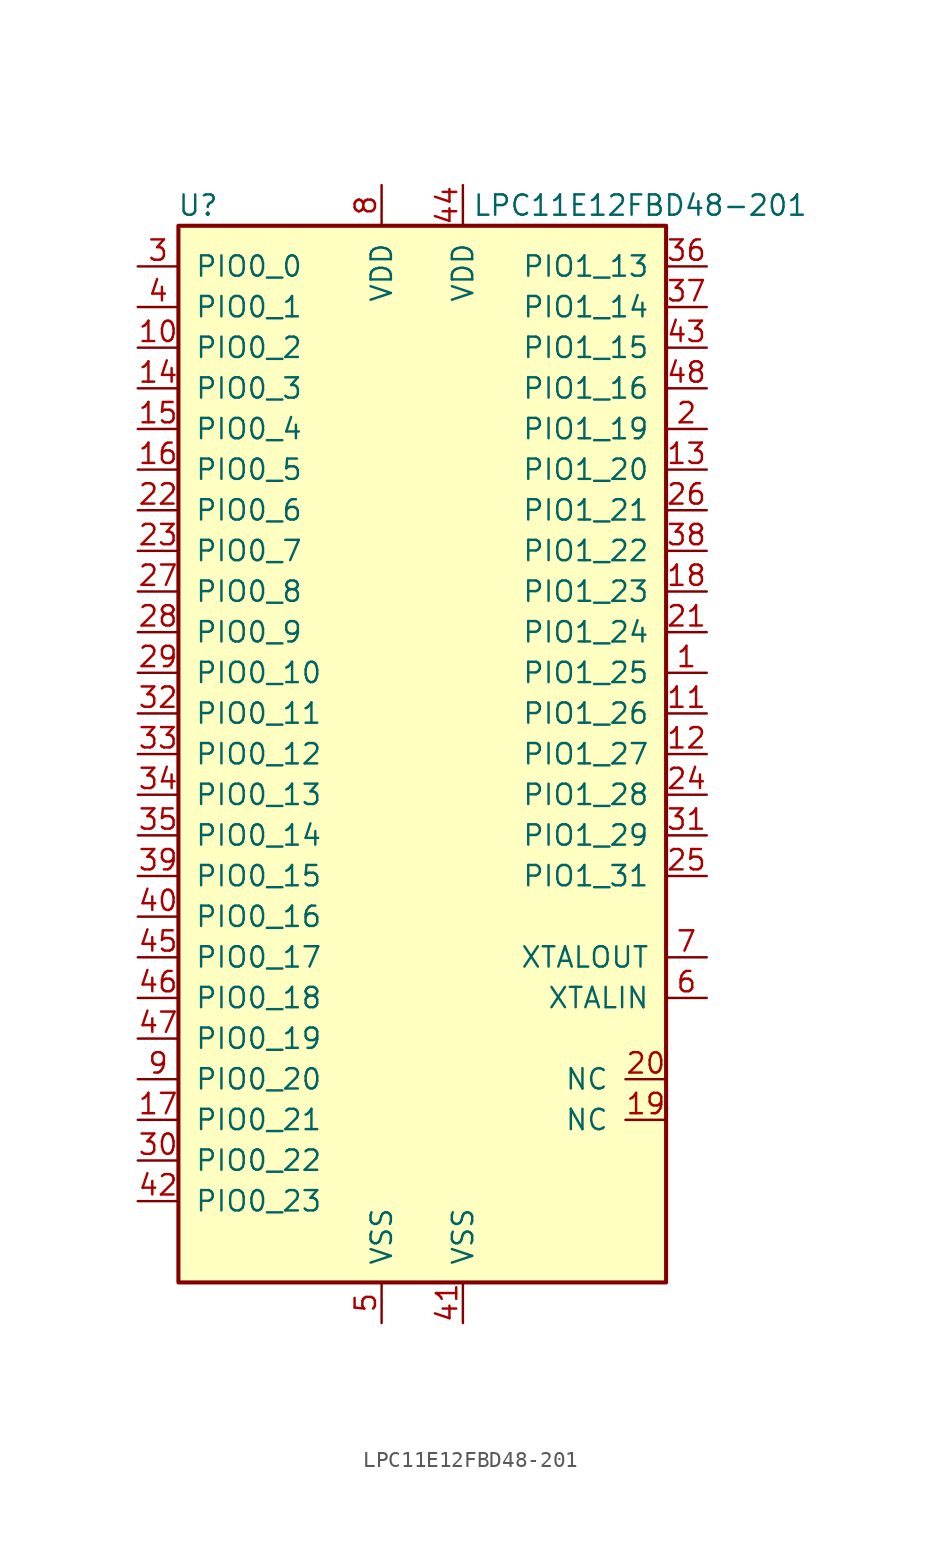
<source format=kicad_sym>
(kicad_symbol_lib
  (version 20220914)
  (generator kicad_symbol_editor)
  (symbol "LPC11E12FBD48-201"
    (pin_names
      (offset 1.016))
    (property "Reference" "U"
      (at -12.7 34.29 0)
      (effects (font (size 1.27 1.27)) (justify right)))
    (property "Value" "LPC11E12FBD48-201"
      (at 24.13 34.29 0)
      (effects (font (size 1.27 1.27)) (justify right)))
    (symbol "LPC11E12FBD48-201_0_1"
      (rectangle (start -15.24 33.02) (end 15.24 -33.02) (stroke (width 0.254) (type default)) (fill (type background))))
    (symbol "LPC11E12FBD48-201_1_1"
      (pin bidirectional line (at 17.78 5.08 180) (length 2.54) (name "PIO1_25" (effects (font (size 1.27 1.27)))) (number "1" (effects (font (size 1.27 1.27)))))
      (pin bidirectional line (at -17.78 25.4 0) (length 2.54) (name "PIO0_2" (effects (font (size 1.27 1.27)))) (number "10" (effects (font (size 1.27 1.27)))))
      (pin bidirectional line (at 17.78 2.54 180) (length 2.54) (name "PIO1_26" (effects (font (size 1.27 1.27)))) (number "11" (effects (font (size 1.27 1.27)))))
      (pin bidirectional line (at 17.78 0 180) (length 2.54) (name "PIO1_27" (effects (font (size 1.27 1.27)))) (number "12" (effects (font (size 1.27 1.27)))))
      (pin bidirectional line (at 17.78 17.78 180) (length 2.54) (name "PIO1_20" (effects (font (size 1.27 1.27)))) (number "13" (effects (font (size 1.27 1.27)))))
      (pin bidirectional line (at -17.78 22.86 0) (length 2.54) (name "PIO0_3" (effects (font (size 1.27 1.27)))) (number "14" (effects (font (size 1.27 1.27)))))
      (pin open_collector line (at -17.78 20.32 0) (length 2.54) (name "PIO0_4" (effects (font (size 1.27 1.27)))) (number "15" (effects (font (size 1.27 1.27)))))
      (pin open_collector line (at -17.78 17.78 0) (length 2.54) (name "PIO0_5" (effects (font (size 1.27 1.27)))) (number "16" (effects (font (size 1.27 1.27)))))
      (pin bidirectional line (at -17.78 -22.86 0) (length 2.54) (name "PIO0_21" (effects (font (size 1.27 1.27)))) (number "17" (effects (font (size 1.27 1.27)))))
      (pin bidirectional line (at 17.78 10.16 180) (length 2.54) (name "PIO1_23" (effects (font (size 1.27 1.27)))) (number "18" (effects (font (size 1.27 1.27)))))
      (pin bidirectional line (at 15.24 -22.86 180) (length 2.54) (name "NC" (effects (font (size 1.27 1.27)))) (number "19" (effects (font (size 1.27 1.27)))))
      (pin bidirectional line (at 17.78 20.32 180) (length 2.54) (name "PIO1_19" (effects (font (size 1.27 1.27)))) (number "2" (effects (font (size 1.27 1.27)))))
      (pin bidirectional line (at 15.24 -20.32 180) (length 2.54) (name "NC" (effects (font (size 1.27 1.27)))) (number "20" (effects (font (size 1.27 1.27)))))
      (pin bidirectional line (at 17.78 7.62 180) (length 2.54) (name "PIO1_24" (effects (font (size 1.27 1.27)))) (number "21" (effects (font (size 1.27 1.27)))))
      (pin bidirectional line (at -17.78 15.24 0) (length 2.54) (name "PIO0_6" (effects (font (size 1.27 1.27)))) (number "22" (effects (font (size 1.27 1.27)))))
      (pin bidirectional line (at -17.78 12.7 0) (length 2.54) (name "PIO0_7" (effects (font (size 1.27 1.27)))) (number "23" (effects (font (size 1.27 1.27)))))
      (pin bidirectional line (at 17.78 -2.54 180) (length 2.54) (name "PIO1_28" (effects (font (size 1.27 1.27)))) (number "24" (effects (font (size 1.27 1.27)))))
      (pin bidirectional line (at 17.78 -7.62 180) (length 2.54) (name "PIO1_31" (effects (font (size 1.27 1.27)))) (number "25" (effects (font (size 1.27 1.27)))))
      (pin bidirectional line (at 17.78 15.24 180) (length 2.54) (name "PIO1_21" (effects (font (size 1.27 1.27)))) (number "26" (effects (font (size 1.27 1.27)))))
      (pin bidirectional line (at -17.78 10.16 0) (length 2.54) (name "PIO0_8" (effects (font (size 1.27 1.27)))) (number "27" (effects (font (size 1.27 1.27)))))
      (pin bidirectional line (at -17.78 7.62 0) (length 2.54) (name "PIO0_9" (effects (font (size 1.27 1.27)))) (number "28" (effects (font (size 1.27 1.27)))))
      (pin bidirectional line (at -17.78 5.08 0) (length 2.54) (name "PIO0_10" (effects (font (size 1.27 1.27)))) (number "29" (effects (font (size 1.27 1.27)))))
      (pin bidirectional line (at -17.78 30.48 0) (length 2.54) (name "PIO0_0" (effects (font (size 1.27 1.27)))) (number "3" (effects (font (size 1.27 1.27)))))
      (pin bidirectional line (at -17.78 -25.4 0) (length 2.54) (name "PIO0_22" (effects (font (size 1.27 1.27)))) (number "30" (effects (font (size 1.27 1.27)))))
      (pin bidirectional line (at 17.78 -5.08 180) (length 2.54) (name "PIO1_29" (effects (font (size 1.27 1.27)))) (number "31" (effects (font (size 1.27 1.27)))))
      (pin bidirectional line (at -17.78 2.54 0) (length 2.54) (name "PIO0_11" (effects (font (size 1.27 1.27)))) (number "32" (effects (font (size 1.27 1.27)))))
      (pin bidirectional line (at -17.78 0 0) (length 2.54) (name "PIO0_12" (effects (font (size 1.27 1.27)))) (number "33" (effects (font (size 1.27 1.27)))))
      (pin bidirectional line (at -17.78 -2.54 0) (length 2.54) (name "PIO0_13" (effects (font (size 1.27 1.27)))) (number "34" (effects (font (size 1.27 1.27)))))
      (pin bidirectional line (at -17.78 -5.08 0) (length 2.54) (name "PIO0_14" (effects (font (size 1.27 1.27)))) (number "35" (effects (font (size 1.27 1.27)))))
      (pin bidirectional line (at 17.78 30.48 180) (length 2.54) (name "PIO1_13" (effects (font (size 1.27 1.27)))) (number "36" (effects (font (size 1.27 1.27)))))
      (pin bidirectional line (at 17.78 27.94 180) (length 2.54) (name "PIO1_14" (effects (font (size 1.27 1.27)))) (number "37" (effects (font (size 1.27 1.27)))))
      (pin bidirectional line (at 17.78 12.7 180) (length 2.54) (name "PIO1_22" (effects (font (size 1.27 1.27)))) (number "38" (effects (font (size 1.27 1.27)))))
      (pin bidirectional line (at -17.78 -7.62 0) (length 2.54) (name "PIO0_15" (effects (font (size 1.27 1.27)))) (number "39" (effects (font (size 1.27 1.27)))))
      (pin bidirectional line (at -17.78 27.94 0) (length 2.54) (name "PIO0_1" (effects (font (size 1.27 1.27)))) (number "4" (effects (font (size 1.27 1.27)))))
      (pin bidirectional line (at -17.78 -10.16 0) (length 2.54) (name "PIO0_16" (effects (font (size 1.27 1.27)))) (number "40" (effects (font (size 1.27 1.27)))))
      (pin power_in line (at 2.54 -35.56 90) (length 2.54) (name "VSS" (effects (font (size 1.27 1.27)))) (number "41" (effects (font (size 1.27 1.27)))))
      (pin bidirectional line (at -17.78 -27.94 0) (length 2.54) (name "PIO0_23" (effects (font (size 1.27 1.27)))) (number "42" (effects (font (size 1.27 1.27)))))
      (pin bidirectional line (at 17.78 25.4 180) (length 2.54) (name "PIO1_15" (effects (font (size 1.27 1.27)))) (number "43" (effects (font (size 1.27 1.27)))))
      (pin power_in line (at 2.54 35.56 270) (length 2.54) (name "VDD" (effects (font (size 1.27 1.27)))) (number "44" (effects (font (size 1.27 1.27)))))
      (pin bidirectional line (at -17.78 -12.7 0) (length 2.54) (name "PIO0_17" (effects (font (size 1.27 1.27)))) (number "45" (effects (font (size 1.27 1.27)))))
      (pin bidirectional line (at -17.78 -15.24 0) (length 2.54) (name "PIO0_18" (effects (font (size 1.27 1.27)))) (number "46" (effects (font (size 1.27 1.27)))))
      (pin bidirectional line (at -17.78 -17.78 0) (length 2.54) (name "PIO0_19" (effects (font (size 1.27 1.27)))) (number "47" (effects (font (size 1.27 1.27)))))
      (pin bidirectional line (at 17.78 22.86 180) (length 2.54) (name "PIO1_16" (effects (font (size 1.27 1.27)))) (number "48" (effects (font (size 1.27 1.27)))))
      (pin power_in line (at -2.54 -35.56 90) (length 2.54) (name "VSS" (effects (font (size 1.27 1.27)))) (number "5" (effects (font (size 1.27 1.27)))))
      (pin passive line (at 17.78 -15.24 180) (length 2.54) (name "XTALIN" (effects (font (size 1.27 1.27)))) (number "6" (effects (font (size 1.27 1.27)))))
      (pin passive line (at 17.78 -12.7 180) (length 2.54) (name "XTALOUT" (effects (font (size 1.27 1.27)))) (number "7" (effects (font (size 1.27 1.27)))))
      (pin power_in line (at -2.54 35.56 270) (length 2.54) (name "VDD" (effects (font (size 1.27 1.27)))) (number "8" (effects (font (size 1.27 1.27)))))
      (pin bidirectional line (at -17.78 -20.32 0) (length 2.54) (name "PIO0_20" (effects (font (size 1.27 1.27)))) (number "9" (effects (font (size 1.27 1.27))))))))
</source>
